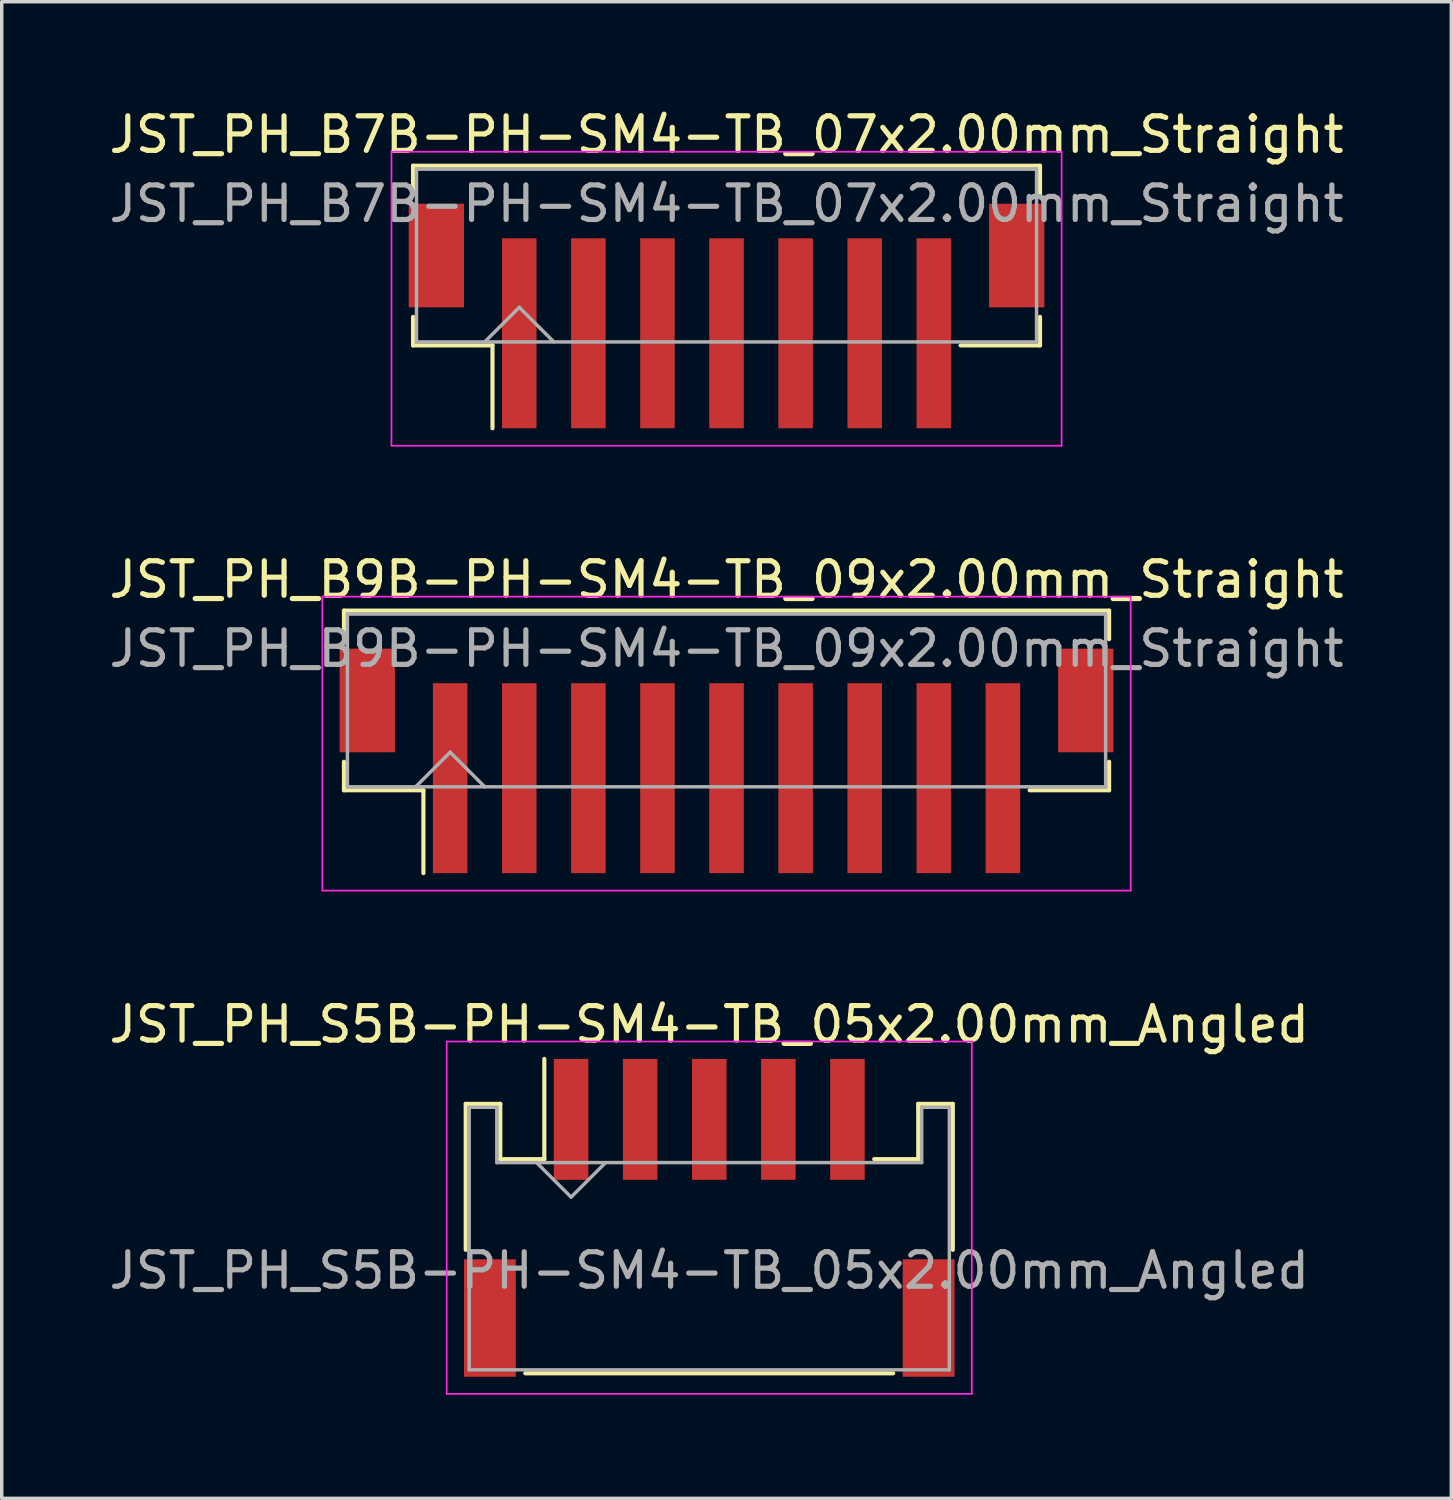
<source format=kicad_pcb>
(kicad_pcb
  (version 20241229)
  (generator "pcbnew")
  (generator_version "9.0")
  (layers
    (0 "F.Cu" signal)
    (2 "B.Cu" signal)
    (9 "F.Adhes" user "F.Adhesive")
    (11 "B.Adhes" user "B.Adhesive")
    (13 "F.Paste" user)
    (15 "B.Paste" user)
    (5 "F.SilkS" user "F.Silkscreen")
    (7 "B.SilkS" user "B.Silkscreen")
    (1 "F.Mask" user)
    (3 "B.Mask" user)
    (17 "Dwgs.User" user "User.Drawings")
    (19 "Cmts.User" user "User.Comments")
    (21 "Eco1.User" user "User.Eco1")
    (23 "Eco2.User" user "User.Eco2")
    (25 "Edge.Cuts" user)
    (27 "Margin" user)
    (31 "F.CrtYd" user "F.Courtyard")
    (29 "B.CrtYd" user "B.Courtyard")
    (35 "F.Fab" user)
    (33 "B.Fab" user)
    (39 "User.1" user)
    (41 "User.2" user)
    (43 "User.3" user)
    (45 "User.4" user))
  (footprint "JST_PH_S5B-PH-SM4-TB_05x2.00mm_Angled"
    (layer "F.Cu")
    (at 17.482 32.23)
    (property "Reference" "JST_PH_S5B-PH-SM4-TB_05x2.00mm_Angled" (at 0 -5.625 0) (layer "F.SilkS") (effects (font (size 1 1) (thickness 0.15))))
    (attr smd)
    (fp_line (start -7.05 -3.325) (end -7.05 0.9) (stroke (width 0.12) (type solid)) (layer "F.SilkS"))
    (fp_line (start -6.05 -3.325) (end -7.05 -3.325) (stroke (width 0.12) (type solid)) (layer "F.SilkS"))
    (fp_line (start -6.05 -1.725) (end -6.05 -3.325) (stroke (width 0.12) (type solid)) (layer "F.SilkS"))
    (fp_line (start -5.325 4.475) (end 5.325 4.475) (stroke (width 0.12) (type solid)) (layer "F.SilkS"))
    (fp_line (start -4.775 -1.725) (end -6.05 -1.725) (stroke (width 0.12) (type solid)) (layer "F.SilkS"))
    (fp_line (start -4.775 -1.725) (end -4.775 -4.625) (stroke (width 0.12) (type solid)) (layer "F.SilkS"))
    (fp_line (start 6.05 -3.325) (end 6.05 -1.725) (stroke (width 0.12) (type solid)) (layer "F.SilkS"))
    (fp_line (start 6.05 -1.725) (end 4.775 -1.725) (stroke (width 0.12) (type solid)) (layer "F.SilkS"))
    (fp_line (start 7.05 -3.325) (end 6.05 -3.325) (stroke (width 0.12) (type solid)) (layer "F.SilkS"))
    (fp_line (start 7.05 0.9) (end 7.05 -3.325) (stroke (width 0.12) (type solid)) (layer "F.SilkS"))
    (fp_line (start -7.6 -5.13) (end -7.6 5.07) (stroke (width 0.05) (type solid)) (layer "F.CrtYd"))
    (fp_line (start -7.6 5.07) (end 7.6 5.07) (stroke (width 0.05) (type solid)) (layer "F.CrtYd"))
    (fp_line (start 7.6 -5.13) (end -7.6 -5.13) (stroke (width 0.05) (type solid)) (layer "F.CrtYd"))
    (fp_line (start 7.6 5.07) (end 7.6 -5.13) (stroke (width 0.05) (type solid)) (layer "F.CrtYd"))
    (fp_line (start -6.95 -3.225) (end -6.95 4.375) (stroke (width 0.1) (type solid)) (layer "F.Fab"))
    (fp_line (start -6.95 4.375) (end 6.95 4.375) (stroke (width 0.1) (type solid)) (layer "F.Fab"))
    (fp_line (start -6.15 -3.225) (end -6.95 -3.225) (stroke (width 0.1) (type solid)) (layer "F.Fab"))
    (fp_line (start -6.15 -1.625) (end -6.15 -3.225) (stroke (width 0.1) (type solid)) (layer "F.Fab"))
    (fp_line (start -5 -1.625) (end -4 -0.625) (stroke (width 0.1) (type solid)) (layer "F.Fab"))
    (fp_line (start -4 -0.625) (end -3 -1.625) (stroke (width 0.1) (type solid)) (layer "F.Fab"))
    (fp_line (start 6.15 -3.225) (end 6.15 -1.625) (stroke (width 0.1) (type solid)) (layer "F.Fab"))
    (fp_line (start 6.15 -1.625) (end -6.15 -1.625) (stroke (width 0.1) (type solid)) (layer "F.Fab"))
    (fp_line (start 6.95 -3.225) (end 6.15 -3.225) (stroke (width 0.1) (type solid)) (layer "F.Fab"))
    (fp_line (start 6.95 4.375) (end 6.95 -3.225) (stroke (width 0.1) (type solid)) (layer "F.Fab"))
    (fp_text user "${REFERENCE}" (at 0 1.5 0) (layer "F.Fab") (effects (font (size 1 1) (thickness 0.15))))
    (pad "" smd rect (at -6.35 2.875) (size 1.5 3.4) (layers "F.Cu" "F.Mask" "F.Paste"))
    (pad "" smd rect (at 6.35 2.875) (size 1.5 3.4) (layers "F.Cu" "F.Mask" "F.Paste"))
    (pad "1" smd rect (at -4 -2.875) (size 1 3.5) (layers "F.Cu" "F.Mask" "F.Paste"))
    (pad "2" smd rect (at -2 -2.875) (size 1 3.5) (layers "F.Cu" "F.Mask" "F.Paste"))
    (pad "3" smd rect (at 0 -2.875) (size 1 3.5) (layers "F.Cu" "F.Mask" "F.Paste"))
    (pad "4" smd rect (at 2 -2.875) (size 1 3.5) (layers "F.Cu" "F.Mask" "F.Paste"))
    (pad "5" smd rect (at 4 -2.875) (size 1 3.5) (layers "F.Cu" "F.Mask" "F.Paste")))
  (footprint "JST_PH_B9B-PH-SM4-TB_09x2.00mm_Straight"
    (layer "F.Cu")
    (at 17.982 18.352)
    (property "Reference" "JST_PH_B9B-PH-SM4-TB_09x2.00mm_Straight" (at 0 -4.625 0) (layer "F.SilkS") (effects (font (size 1 1) (thickness 0.15))))
    (attr smd)
    (fp_line (start -11.075 -3.725) (end 11.075 -3.725) (stroke (width 0.12) (type solid)) (layer "F.SilkS"))
    (fp_line (start -11.075 -2.9) (end -11.075 -3.725) (stroke (width 0.12) (type solid)) (layer "F.SilkS"))
    (fp_line (start -11.075 0.65) (end -11.075 1.475) (stroke (width 0.12) (type solid)) (layer "F.SilkS"))
    (fp_line (start -11.075 1.475) (end -8.775 1.475) (stroke (width 0.12) (type solid)) (layer "F.SilkS"))
    (fp_line (start -8.775 1.475) (end -8.775 3.875) (stroke (width 0.12) (type solid)) (layer "F.SilkS"))
    (fp_line (start 11.075 -3.725) (end 11.075 -2.9) (stroke (width 0.12) (type solid)) (layer "F.SilkS"))
    (fp_line (start 11.075 0.65) (end 11.075 1.475) (stroke (width 0.12) (type solid)) (layer "F.SilkS"))
    (fp_line (start 11.075 1.475) (end 8.775 1.475) (stroke (width 0.12) (type solid)) (layer "F.SilkS"))
    (fp_line (start -11.7 -4.13) (end -11.7 4.38) (stroke (width 0.05) (type solid)) (layer "F.CrtYd"))
    (fp_line (start -11.7 4.38) (end 11.7 4.38) (stroke (width 0.05) (type solid)) (layer "F.CrtYd"))
    (fp_line (start 11.7 -4.13) (end -11.7 -4.13) (stroke (width 0.05) (type solid)) (layer "F.CrtYd"))
    (fp_line (start 11.7 4.38) (end 11.7 -4.13) (stroke (width 0.05) (type solid)) (layer "F.CrtYd"))
    (fp_line (start -10.975 -3.625) (end -10.975 1.375) (stroke (width 0.1) (type solid)) (layer "F.Fab"))
    (fp_line (start -10.975 1.375) (end 10.975 1.375) (stroke (width 0.1) (type solid)) (layer "F.Fab"))
    (fp_line (start -9 1.375) (end -8 0.375) (stroke (width 0.1) (type solid)) (layer "F.Fab"))
    (fp_line (start -8 0.375) (end -7 1.375) (stroke (width 0.1) (type solid)) (layer "F.Fab"))
    (fp_line (start 10.975 -3.625) (end -10.975 -3.625) (stroke (width 0.1) (type solid)) (layer "F.Fab"))
    (fp_line (start 10.975 1.375) (end 10.975 -3.625) (stroke (width 0.1) (type solid)) (layer "F.Fab"))
    (fp_text user "${REFERENCE}" (at 0 -2.625 0) (layer "F.Fab") (effects (font (size 1 1) (thickness 0.15))))
    (pad "" smd rect (at -10.4 -1.125) (size 1.6 3) (layers "F.Cu" "F.Mask" "F.Paste"))
    (pad "" smd rect (at 10.4 -1.125) (size 1.6 3) (layers "F.Cu" "F.Mask" "F.Paste"))
    (pad "1" smd rect (at -8 1.125) (size 1 5.5) (layers "F.Cu" "F.Mask" "F.Paste"))
    (pad "2" smd rect (at -6 1.125) (size 1 5.5) (layers "F.Cu" "F.Mask" "F.Paste"))
    (pad "3" smd rect (at -4 1.125) (size 1 5.5) (layers "F.Cu" "F.Mask" "F.Paste"))
    (pad "4" smd rect (at -2 1.125) (size 1 5.5) (layers "F.Cu" "F.Mask" "F.Paste"))
    (pad "5" smd rect (at 0 1.125) (size 1 5.5) (layers "F.Cu" "F.Mask" "F.Paste"))
    (pad "6" smd rect (at 2 1.125) (size 1 5.5) (layers "F.Cu" "F.Mask" "F.Paste"))
    (pad "7" smd rect (at 4 1.125) (size 1 5.5) (layers "F.Cu" "F.Mask" "F.Paste"))
    (pad "8" smd rect (at 6 1.125) (size 1 5.5) (layers "F.Cu" "F.Mask" "F.Paste"))
    (pad "9" smd rect (at 8 1.125) (size 1 5.5) (layers "F.Cu" "F.Mask" "F.Paste")))
  (footprint "JST_PH_B7B-PH-SM4-TB_07x2.00mm_Straight"
    (layer "F.Cu")
    (at 17.982 5.473)
    (property "Reference" "JST_PH_B7B-PH-SM4-TB_07x2.00mm_Straight" (at 0 -4.625 0) (layer "F.SilkS") (effects (font (size 1 1) (thickness 0.15))))
    (attr smd)
    (fp_line (start -9.075 -3.725) (end 9.075 -3.725) (stroke (width 0.12) (type solid)) (layer "F.SilkS"))
    (fp_line (start -9.075 -2.9) (end -9.075 -3.725) (stroke (width 0.12) (type solid)) (layer "F.SilkS"))
    (fp_line (start -9.075 0.65) (end -9.075 1.475) (stroke (width 0.12) (type solid)) (layer "F.SilkS"))
    (fp_line (start -9.075 1.475) (end -6.775 1.475) (stroke (width 0.12) (type solid)) (layer "F.SilkS"))
    (fp_line (start -6.775 1.475) (end -6.775 3.875) (stroke (width 0.12) (type solid)) (layer "F.SilkS"))
    (fp_line (start 9.075 -3.725) (end 9.075 -2.9) (stroke (width 0.12) (type solid)) (layer "F.SilkS"))
    (fp_line (start 9.075 0.65) (end 9.075 1.475) (stroke (width 0.12) (type solid)) (layer "F.SilkS"))
    (fp_line (start 9.075 1.475) (end 6.775 1.475) (stroke (width 0.12) (type solid)) (layer "F.SilkS"))
    (fp_line (start -9.7 -4.13) (end -9.7 4.38) (stroke (width 0.05) (type solid)) (layer "F.CrtYd"))
    (fp_line (start -9.7 4.38) (end 9.7 4.38) (stroke (width 0.05) (type solid)) (layer "F.CrtYd"))
    (fp_line (start 9.7 -4.13) (end -9.7 -4.13) (stroke (width 0.05) (type solid)) (layer "F.CrtYd"))
    (fp_line (start 9.7 4.38) (end 9.7 -4.13) (stroke (width 0.05) (type solid)) (layer "F.CrtYd"))
    (fp_line (start -8.975 -3.625) (end -8.975 1.375) (stroke (width 0.1) (type solid)) (layer "F.Fab"))
    (fp_line (start -8.975 1.375) (end 8.975 1.375) (stroke (width 0.1) (type solid)) (layer "F.Fab"))
    (fp_line (start -7 1.375) (end -6 0.375) (stroke (width 0.1) (type solid)) (layer "F.Fab"))
    (fp_line (start -6 0.375) (end -5 1.375) (stroke (width 0.1) (type solid)) (layer "F.Fab"))
    (fp_line (start 8.975 -3.625) (end -8.975 -3.625) (stroke (width 0.1) (type solid)) (layer "F.Fab"))
    (fp_line (start 8.975 1.375) (end 8.975 -3.625) (stroke (width 0.1) (type solid)) (layer "F.Fab"))
    (fp_text user "${REFERENCE}" (at 0 -2.625 0) (layer "F.Fab") (effects (font (size 1 1) (thickness 0.15))))
    (pad "" smd rect (at -8.4 -1.125) (size 1.6 3) (layers "F.Cu" "F.Mask" "F.Paste"))
    (pad "" smd rect (at 8.4 -1.125) (size 1.6 3) (layers "F.Cu" "F.Mask" "F.Paste"))
    (pad "1" smd rect (at -6 1.125) (size 1 5.5) (layers "F.Cu" "F.Mask" "F.Paste"))
    (pad "2" smd rect (at -4 1.125) (size 1 5.5) (layers "F.Cu" "F.Mask" "F.Paste"))
    (pad "3" smd rect (at -2 1.125) (size 1 5.5) (layers "F.Cu" "F.Mask" "F.Paste"))
    (pad "4" smd rect (at 0 1.125) (size 1 5.5) (layers "F.Cu" "F.Mask" "F.Paste"))
    (pad "5" smd rect (at 2 1.125) (size 1 5.5) (layers "F.Cu" "F.Mask" "F.Paste"))
    (pad "6" smd rect (at 4 1.125) (size 1 5.5) (layers "F.Cu" "F.Mask" "F.Paste"))
    (pad "7" smd rect (at 6 1.125) (size 1 5.5) (layers "F.Cu" "F.Mask" "F.Paste")))
  (gr_rect
    (start -3 -3)
    (end 38.964 40.325)
    (stroke (width 0.1) (type default))
    (fill no)
    (layer "Edge.Cuts")))
</source>
